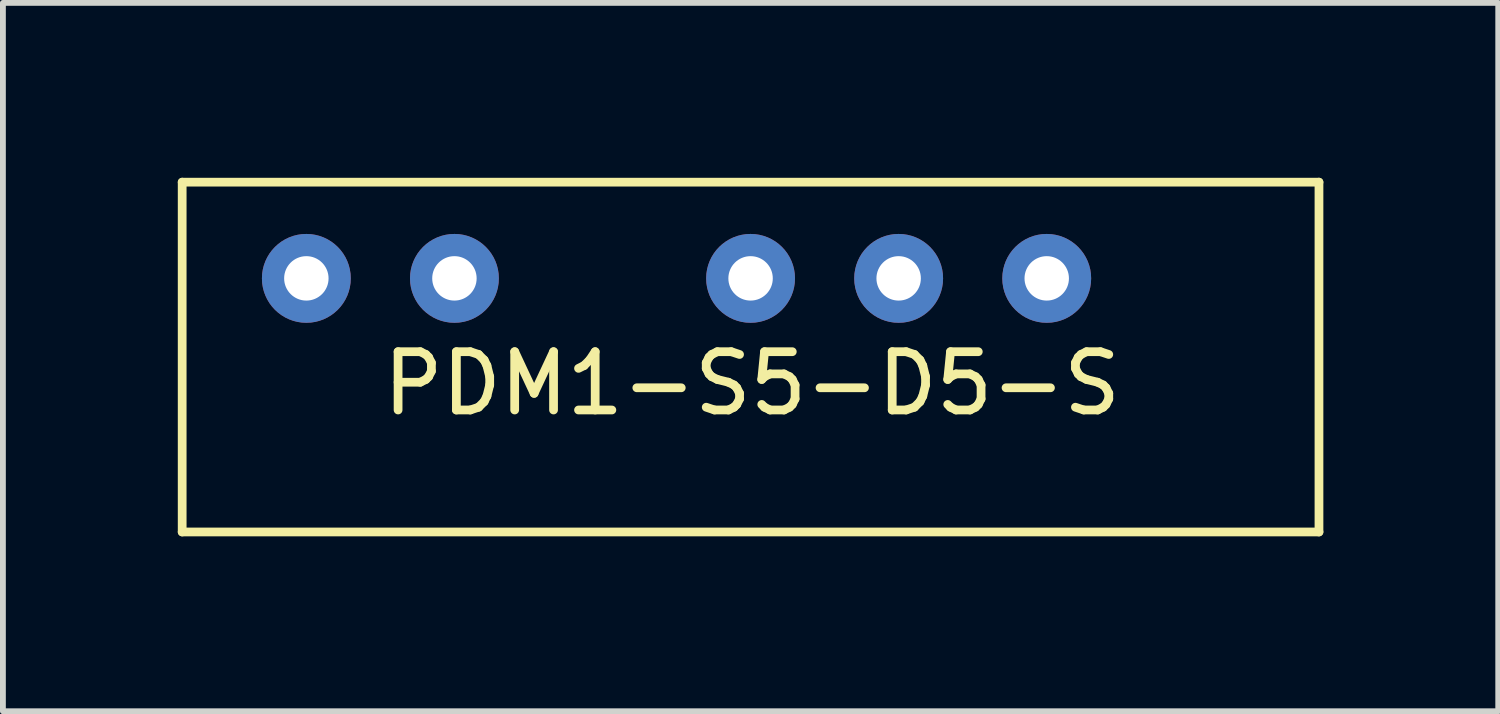
<source format=kicad_pcb>
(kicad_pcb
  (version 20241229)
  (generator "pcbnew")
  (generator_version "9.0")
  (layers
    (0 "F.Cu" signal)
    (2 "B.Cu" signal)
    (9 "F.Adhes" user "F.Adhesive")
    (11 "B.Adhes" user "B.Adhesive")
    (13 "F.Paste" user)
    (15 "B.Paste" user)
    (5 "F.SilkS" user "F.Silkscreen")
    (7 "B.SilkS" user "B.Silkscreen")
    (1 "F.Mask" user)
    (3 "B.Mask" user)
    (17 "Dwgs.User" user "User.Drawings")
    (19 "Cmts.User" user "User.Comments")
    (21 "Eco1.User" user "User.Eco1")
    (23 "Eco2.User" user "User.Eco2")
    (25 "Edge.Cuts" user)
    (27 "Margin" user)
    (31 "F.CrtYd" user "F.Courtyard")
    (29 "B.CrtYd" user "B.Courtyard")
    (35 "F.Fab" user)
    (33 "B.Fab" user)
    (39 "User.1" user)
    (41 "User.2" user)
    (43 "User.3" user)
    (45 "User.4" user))
  (footprint "PDM1-S5-D5-S"
    (layer "F.Cu")
    (at 9.825 1.725)
    (property "Reference" "PDM1-S5-D5-S" (at 0.025 1.803 0) (layer "F.SilkS") (effects (font (size 1 1) (thickness 0.15))))
    (attr through_hole)
    (fp_line (start -9.75 -1.65) (end -9.75 4.35) (stroke (width 0.15) (type solid)) (layer "F.SilkS"))
    (fp_line (start -9.75 -1.65) (end 9.75 -1.65) (stroke (width 0.15) (type solid)) (layer "F.SilkS"))
    (fp_line (start -9.75 4.35) (end 9.75 4.35) (stroke (width 0.15) (type solid)) (layer "F.SilkS"))
    (fp_line (start 9.75 -1.65) (end 9.75 4.35) (stroke (width 0.15) (type solid)) (layer "F.SilkS"))
    (pad "1" thru_hole circle (at -7.62 0) (size 1.524 1.524) (drill 0.762) (layers "*.Cu" "*.Mask"))
    (pad "2" thru_hole circle (at -5.08 0) (size 1.524 1.524) (drill 0.762) (layers "*.Cu" "*.Mask"))
    (pad "3" thru_hole circle (at 0 0) (size 1.524 1.524) (drill 0.762) (layers "*.Cu" "*.Mask"))
    (pad "4" thru_hole circle (at 2.54 0) (size 1.524 1.524) (drill 0.762) (layers "*.Cu" "*.Mask"))
    (pad "5" thru_hole circle (at 5.08 0) (size 1.524 1.524) (drill 0.762) (layers "*.Cu" "*.Mask")))
  (gr_rect
    (start -3 -3)
    (end 22.65 9.15)
    (stroke (width 0.1) (type default))
    (fill no)
    (layer "Edge.Cuts")))
</source>
